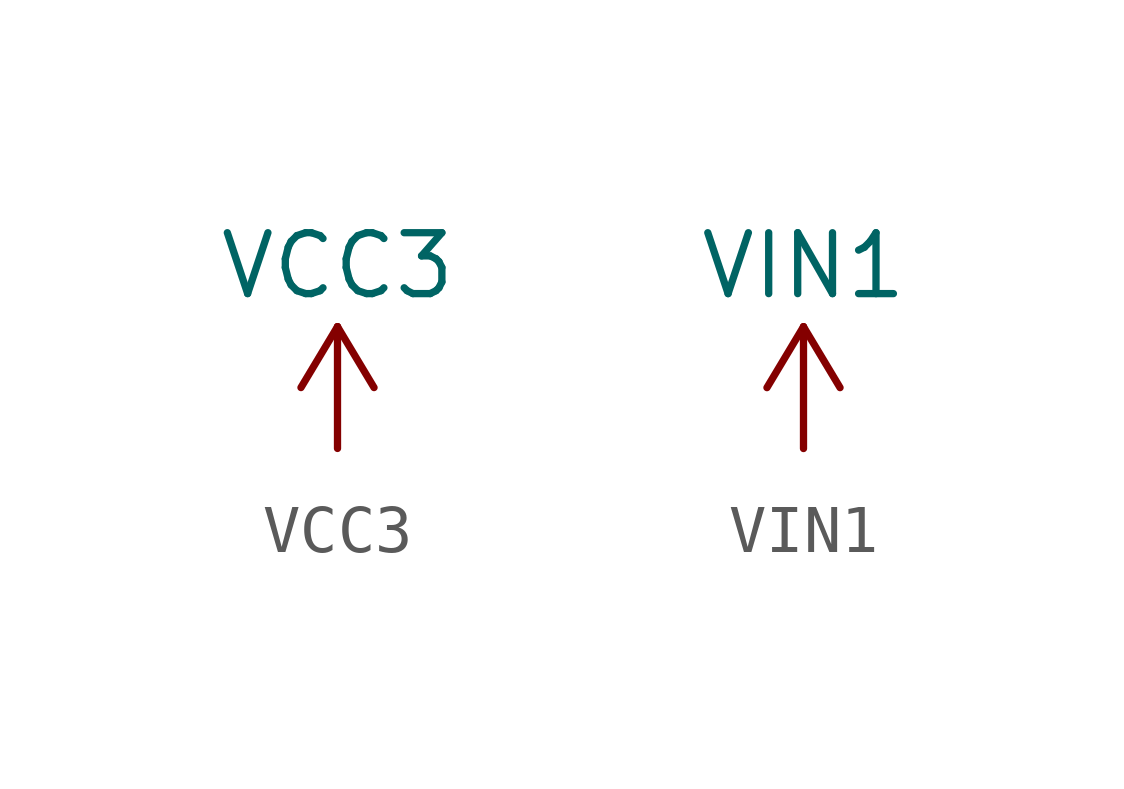
<source format=kicad_sym>
(kicad_symbol_lib
  (version 20220914)
  (generator kicad_symbol_editor)
  (symbol "VCC3"
    (power)
    (pin_names
      (offset 0))
    (property "Reference" "#PWR"
      (at 0 -3.81 0)
      (effects (font (size 1.27 1.27)) hide))
    (property "Value" "VCC3"
      (at 0 3.81 0)
      (effects (font (size 1.27 1.27))))
    (symbol "VCC3_0_1"
      (polyline (pts (xy -0.762 1.27) (xy 0 2.54)) (stroke (width 0) (type default)) (fill (type none)))
      (polyline (pts (xy 0 0) (xy 0 2.54)) (stroke (width 0) (type default)) (fill (type none)))
      (polyline (pts (xy 0 2.54) (xy 0.762 1.27)) (stroke (width 0) (type default)) (fill (type none))))
    (symbol "VCC3_1_1"
      (pin power_in line (at 0 0 90) (length 0) hide (name "VCC3" (effects (font (size 1.27 1.27)))) (number "1" (effects (font (size 1.27 1.27)))))))
  (symbol "VIN1"
    (power)
    (pin_names
      (offset 0))
    (property "Reference" "#PWR"
      (at 0 -3.81 0)
      (effects (font (size 1.27 1.27)) hide))
    (property "Value" "VIN1"
      (at 0 3.81 0)
      (effects (font (size 1.27 1.27))))
    (symbol "VIN1_0_1"
      (polyline (pts (xy -0.762 1.27) (xy 0 2.54)) (stroke (width 0) (type default)) (fill (type none)))
      (polyline (pts (xy 0 0) (xy 0 2.54)) (stroke (width 0) (type default)) (fill (type none)))
      (polyline (pts (xy 0 2.54) (xy 0.762 1.27)) (stroke (width 0) (type default)) (fill (type none))))
    (symbol "VIN1_1_1"
      (pin power_in line (at 0 0 90) (length 0) hide (name "VIN1" (effects (font (size 1.27 1.27)))) (number "1" (effects (font (size 1.27 1.27))))))))
</source>
